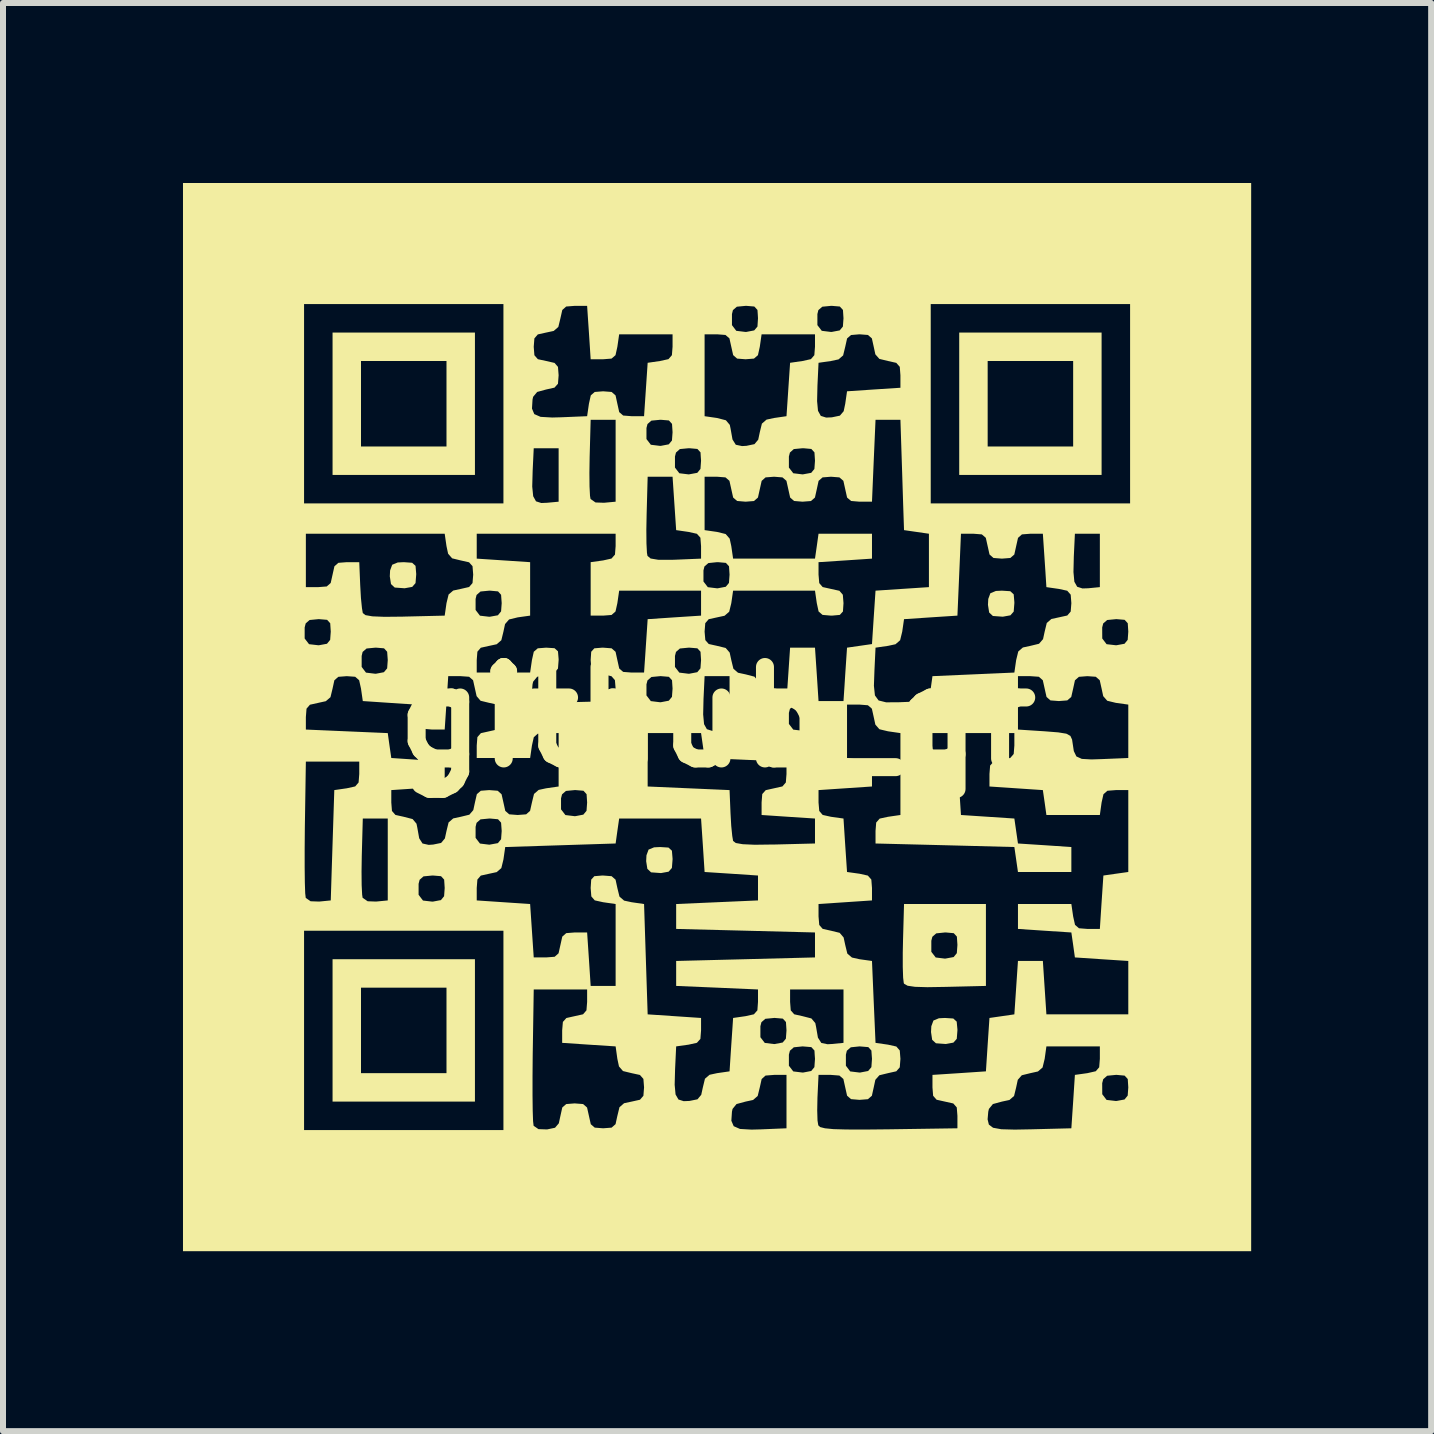
<source format=kicad_pcb>
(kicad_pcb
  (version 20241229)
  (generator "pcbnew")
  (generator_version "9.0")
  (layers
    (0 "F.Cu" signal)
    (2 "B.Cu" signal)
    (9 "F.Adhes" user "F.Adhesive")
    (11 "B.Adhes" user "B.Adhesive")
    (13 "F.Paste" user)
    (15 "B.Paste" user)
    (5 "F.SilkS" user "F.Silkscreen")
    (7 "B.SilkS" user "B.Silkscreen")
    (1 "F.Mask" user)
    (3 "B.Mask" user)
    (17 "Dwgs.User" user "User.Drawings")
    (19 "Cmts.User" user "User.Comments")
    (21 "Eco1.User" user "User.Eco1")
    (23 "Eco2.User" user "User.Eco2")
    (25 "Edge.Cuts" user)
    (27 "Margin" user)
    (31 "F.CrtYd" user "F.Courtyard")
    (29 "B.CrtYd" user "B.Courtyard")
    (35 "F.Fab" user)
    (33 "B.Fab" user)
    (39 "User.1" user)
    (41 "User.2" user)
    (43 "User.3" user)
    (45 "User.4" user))
  (footprint "github_qr"
    (layer "F.Cu")
    (at 8.902 8.902)
    (property "Reference" "github_qr" (at 0 0 0) (layer "F.SilkS") (effects (font (size 1.524 1.524) (thickness 0.3))))
    (attr board_only exclude_from_pos_files exclude_from_bom)
    (fp_poly (pts (xy -4.036 -4.036) (xy -6.409 -4.036) (xy -6.409 -4.51) (xy -5.935 -4.51) (xy -4.51 -4.51) (xy -4.51 -5.935) (xy -5.935 -5.935) (xy -5.935 -4.51) (xy -6.409 -4.51) (xy -6.409 -6.409) (xy -4.036 -6.409)) (stroke (width 0) (type solid)) (fill yes) (layer "F.SilkS"))
    (fp_poly (pts (xy -4.036 6.409) (xy -6.409 6.409) (xy -6.409 5.935) (xy -5.935 5.935) (xy -4.51 5.935) (xy -4.51 4.51) (xy -5.935 4.51) (xy -5.935 5.935) (xy -6.409 5.935) (xy -6.409 4.036) (xy -4.036 4.036)) (stroke (width 0) (type solid)) (fill yes) (layer "F.SilkS"))
    (fp_poly (pts (xy 6.409 -4.036) (xy 4.036 -4.036) (xy 4.036 -4.51) (xy 4.51 -4.51) (xy 5.935 -4.51) (xy 5.935 -5.935) (xy 4.51 -5.935) (xy 4.51 -4.51) (xy 4.036 -4.51) (xy 4.036 -6.409) (xy 6.409 -6.409)) (stroke (width 0) (type solid)) (fill yes) (layer "F.SilkS"))
    (fp_poly (pts (xy -5.083 -2.572) (xy -5.026 -2.521) (xy -5.015 -2.39) (xy -5.015 -2.374) (xy -5.026 -2.233) (xy -5.081 -2.17) (xy -5.208 -2.147) (xy -5.373 -2.159) (xy -5.435 -2.217) (xy -5.455 -2.346) (xy -5.45 -2.444) (xy -5.415 -2.539) (xy -5.323 -2.577) (xy -5.222 -2.582)) (stroke (width 0) (type solid)) (fill yes) (layer "F.SilkS"))
    (fp_poly (pts (xy -0.81 2.175) (xy -0.753 2.227) (xy -0.742 2.358) (xy -0.742 2.374) (xy -0.753 2.515) (xy -0.808 2.577) (xy -0.935 2.6) (xy -1.1 2.588) (xy -1.162 2.53) (xy -1.182 2.402) (xy -1.177 2.304) (xy -1.142 2.209) (xy -1.05 2.171) (xy -0.95 2.166)) (stroke (width 0) (type solid)) (fill yes) (layer "F.SilkS"))
    (fp_poly (pts (xy 3.937 5.024) (xy 3.994 5.076) (xy 4.006 5.207) (xy 4.006 5.222) (xy 3.995 5.363) (xy 3.939 5.426) (xy 3.813 5.449) (xy 3.648 5.437) (xy 3.585 5.379) (xy 3.566 5.25) (xy 3.571 5.153) (xy 3.606 5.058) (xy 3.697 5.02) (xy 3.798 5.015)) (stroke (width 0) (type solid)) (fill yes) (layer "F.SilkS"))
    (fp_poly (pts (xy 4.887 -2.098) (xy 4.944 -2.046) (xy 4.955 -1.915) (xy 4.955 -1.899) (xy 4.944 -1.758) (xy 4.889 -1.696) (xy 4.762 -1.673) (xy 4.597 -1.685) (xy 4.535 -1.743) (xy 4.515 -1.871) (xy 4.52 -1.969) (xy 4.555 -2.064) (xy 4.647 -2.102) (xy 4.748 -2.107)) (stroke (width 0) (type solid)) (fill yes) (layer "F.SilkS"))
    (fp_poly (pts (xy 4.481 4.481) (xy 3.812 4.497) (xy 3.505 4.502) (xy 3.299 4.496) (xy 3.176 4.478) (xy 3.119 4.446) (xy 3.112 4.434) (xy 3.101 4.344) (xy 3.095 4.164) (xy 3.095 3.924) (xy 3.099 3.735) (xy 3.099 3.728) (xy 3.571 3.728) (xy 3.571 3.912) (xy 3.644 4.007) (xy 3.799 4.026) (xy 3.813 4.024) (xy 3.943 4) (xy 3.996 3.935) (xy 4.006 3.798) (xy 3.997 3.659) (xy 3.945 3.602) (xy 3.814 3.59) (xy 3.798 3.59) (xy 3.653 3.605) (xy 3.588 3.662) (xy 3.571 3.728) (xy 3.099 3.728) (xy 3.116 3.116) (xy 4.481 3.116)) (stroke (width 0) (type solid)) (fill yes) (layer "F.SilkS"))
    (fp_poly (pts (xy 8.902 8.902) (xy -8.902 8.902) (xy -8.902 6.884) (xy -6.884 6.884) (xy -3.561 6.884) (xy -3.561 6.303) (xy -3.076 6.303) (xy -3.073 6.559) (xy -3.067 6.735) (xy -3.058 6.812) (xy -2.977 6.868) (xy -2.834 6.873) (xy -2.701 6.845) (xy -2.638 6.771) (xy -2.611 6.647) (xy -2.58 6.507) (xy -2.514 6.45) (xy -2.374 6.439) (xy -2.233 6.45) (xy -2.167 6.508) (xy -2.136 6.647) (xy -2.105 6.786) (xy -2.039 6.843) (xy -1.899 6.854) (xy -1.758 6.843) (xy -1.692 6.785) (xy -1.68 6.728) (xy 0.238 6.728) (xy 0.277 6.819) (xy 0.382 6.865) (xy 0.574 6.876) (xy 0.726 6.872) (xy 1.157 6.854) (xy 1.157 6.555) (xy 1.669 6.555) (xy 1.674 6.724) (xy 1.687 6.805) (xy 1.719 6.834) (xy 1.798 6.854) (xy 1.939 6.868) (xy 2.155 6.874) (xy 2.463 6.875) (xy 2.862 6.871) (xy 4.006 6.854) (xy 4.006 6.705) (xy 4.509 6.705) (xy 4.53 6.792) (xy 4.6 6.845) (xy 4.738 6.87) (xy 4.961 6.876) (xy 5.236 6.871) (xy 5.905 6.854) (xy 5.935 6.409) (xy 5.955 6.102) (xy 6.419 6.102) (xy 6.42 6.286) (xy 6.492 6.381) (xy 6.648 6.399) (xy 6.661 6.398) (xy 6.791 6.374) (xy 6.844 6.309) (xy 6.854 6.172) (xy 6.845 6.033) (xy 6.793 5.976) (xy 6.663 5.964) (xy 6.647 5.964) (xy 6.502 5.978) (xy 6.436 6.036) (xy 6.419 6.102) (xy 5.955 6.102) (xy 5.964 5.964) (xy 6.172 5.935) (xy 6.312 5.903) (xy 6.369 5.837) (xy 6.38 5.697) (xy 6.38 5.489) (xy 5.489 5.489) (xy 5.46 5.697) (xy 5.425 5.841) (xy 5.348 5.907) (xy 5.222 5.935) (xy 5.079 5.97) (xy 5.012 6.046) (xy 4.985 6.172) (xy 4.95 6.315) (xy 4.873 6.382) (xy 4.748 6.409) (xy 4.597 6.45) (xy 4.531 6.531) (xy 4.52 6.577) (xy 4.509 6.705) (xy 4.006 6.705) (xy 4.006 6.647) (xy 3.995 6.506) (xy 3.937 6.44) (xy 3.798 6.409) (xy 3.659 6.378) (xy 3.601 6.312) (xy 3.59 6.172) (xy 3.59 5.964) (xy 4.036 5.935) (xy 4.481 5.905) (xy 4.51 5.46) (xy 4.54 5.015) (xy 4.955 4.955) (xy 5.015 4.065) (xy 5.43 4.065) (xy 5.489 4.955) (xy 6.854 4.955) (xy 6.854 4.065) (xy 6.409 4.036) (xy 5.964 4.006) (xy 5.935 3.798) (xy 5.905 3.59) (xy 5.46 3.561) (xy 5.015 3.531) (xy 5.015 3.116) (xy 5.905 3.116) (xy 5.935 3.323) (xy 5.966 3.463) (xy 6.032 3.52) (xy 6.172 3.531) (xy 6.38 3.531) (xy 6.409 3.086) (xy 6.439 2.641) (xy 6.647 2.611) (xy 6.854 2.582) (xy 6.854 1.217) (xy 6.647 1.217) (xy 6.506 1.228) (xy 6.44 1.286) (xy 6.409 1.424) (xy 6.38 1.632) (xy 5.489 1.632) (xy 5.46 1.424) (xy 5.43 1.217) (xy 4.985 1.187) (xy 4.54 1.157) (xy 4.54 0.95) (xy 4.551 0.808) (xy 4.609 0.743) (xy 4.748 0.712) (xy 4.887 0.681) (xy 4.944 0.615) (xy 4.955 0.475) (xy 4.955 0.267) (xy 3.59 0.267) (xy 3.59 0.475) (xy 3.602 0.616) (xy 3.659 0.681) (xy 3.798 0.712) (xy 4.006 0.742) (xy 4.036 1.187) (xy 4.065 1.632) (xy 4.955 1.691) (xy 5.015 2.107) (xy 5.46 2.136) (xy 5.905 2.166) (xy 5.905 2.582) (xy 5.015 2.582) (xy 4.985 2.374) (xy 4.955 2.166) (xy 3.798 2.136) (xy 2.641 2.107) (xy 2.641 1.899) (xy 2.652 1.758) (xy 2.71 1.692) (xy 2.849 1.662) (xy 3.056 1.632) (xy 3.056 0.267) (xy 2.849 0.237) (xy 2.727 0.208) (xy 5.015 0.208) (xy 5.46 0.237) (xy 5.687 0.255) (xy 5.822 0.277) (xy 5.889 0.314) (xy 5.917 0.375) (xy 5.923 0.415) (xy 5.946 0.567) (xy 5.989 0.656) (xy 6.079 0.697) (xy 6.24 0.706) (xy 6.423 0.7) (xy 6.854 0.682) (xy 6.854 -0.208) (xy 6.647 -0.237) (xy 6.503 -0.272) (xy 6.436 -0.349) (xy 6.409 -0.475) (xy 6.378 -0.614) (xy 6.312 -0.672) (xy 6.172 -0.682) (xy 6.031 -0.671) (xy 5.965 -0.613) (xy 5.935 -0.475) (xy 5.903 -0.335) (xy 5.837 -0.278) (xy 5.697 -0.267) (xy 5.556 -0.278) (xy 5.491 -0.336) (xy 5.46 -0.475) (xy 5.429 -0.614) (xy 5.363 -0.672) (xy 5.222 -0.682) (xy 5.015 -0.682) (xy 5.015 0.208) (xy 2.727 0.208) (xy 2.705 0.202) (xy 2.638 0.125) (xy 2.611 0) (xy 2.58 -0.14) (xy 2.514 -0.197) (xy 2.374 -0.208) (xy 2.166 -0.208) (xy 2.166 0.682) (xy 2.374 0.712) (xy 2.513 0.743) (xy 2.571 0.809) (xy 2.582 0.95) (xy 2.582 1.157) (xy 2.136 1.187) (xy 1.691 1.217) (xy 1.691 1.424) (xy 1.703 1.565) (xy 1.76 1.631) (xy 1.899 1.662) (xy 2.107 1.691) (xy 2.136 2.136) (xy 2.166 2.582) (xy 2.374 2.611) (xy 2.513 2.642) (xy 2.571 2.708) (xy 2.582 2.849) (xy 2.582 3.056) (xy 2.136 3.086) (xy 1.691 3.116) (xy 1.691 3.323) (xy 1.703 3.465) (xy 1.76 3.53) (xy 1.899 3.561) (xy 2.043 3.596) (xy 2.109 3.673) (xy 2.136 3.798) (xy 2.171 3.942) (xy 2.248 4.008) (xy 2.374 4.036) (xy 2.582 4.065) (xy 2.611 4.748) (xy 2.641 5.43) (xy 2.849 5.46) (xy 2.988 5.491) (xy 3.045 5.557) (xy 3.056 5.697) (xy 3.045 5.838) (xy 2.987 5.904) (xy 2.849 5.935) (xy 2.705 5.97) (xy 2.638 6.046) (xy 2.611 6.172) (xy 2.58 6.312) (xy 2.514 6.369) (xy 2.374 6.38) (xy 2.233 6.368) (xy 2.167 6.311) (xy 2.136 6.172) (xy 2.105 6.032) (xy 2.039 5.975) (xy 1.899 5.964) (xy 1.691 5.964) (xy 1.673 6.344) (xy 1.669 6.555) (xy 1.157 6.555) (xy 1.157 5.964) (xy 0.95 5.964) (xy 0.808 5.975) (xy 0.743 6.033) (xy 0.712 6.172) (xy 0.677 6.315) (xy 0.6 6.382) (xy 0.475 6.409) (xy 0.324 6.45) (xy 0.258 6.531) (xy 0.248 6.577) (xy 0.238 6.728) (xy -1.68 6.728) (xy -1.662 6.647) (xy -1.627 6.503) (xy -1.55 6.436) (xy -1.424 6.409) (xy -1.285 6.378) (xy -1.228 6.312) (xy -1.217 6.172) (xy -1.228 6.031) (xy -1.286 5.965) (xy -1.424 5.935) (xy -1.568 5.9) (xy -1.635 5.823) (xy -1.662 5.697) (xy -1.691 5.489) (xy -2.136 5.46) (xy -2.582 5.43) (xy -2.582 5.222) (xy -2.57 5.081) (xy -2.512 5.016) (xy -2.374 4.985) (xy -2.234 4.954) (xy -2.177 4.888) (xy -2.166 4.748) (xy -2.166 4.54) (xy -3.056 4.54) (xy -3.073 5.636) (xy -3.076 5.989) (xy -3.076 6.303) (xy -3.561 6.303) (xy -3.561 3.561) (xy -6.884 3.561) (xy -6.884 6.884) (xy -8.902 6.884) (xy -8.902 2.505) (xy -6.874 2.505) (xy -6.871 2.761) (xy -6.865 2.937) (xy -6.856 3.014) (xy -6.775 3.07) (xy -6.632 3.075) (xy -6.439 3.056) (xy -6.424 2.576) (xy -5.926 2.576) (xy -5.924 2.802) (xy -5.916 2.959) (xy -5.908 3.012) (xy -5.824 3.07) (xy -5.683 3.075) (xy -5.489 3.056) (xy -5.489 2.779) (xy -4.975 2.779) (xy -4.975 2.962) (xy -4.902 3.058) (xy -4.747 3.076) (xy -4.733 3.075) (xy -4.633 3.056) (xy -4.006 3.056) (xy -3.116 3.116) (xy -3.086 3.561) (xy -3.056 4.006) (xy -2.849 4.006) (xy -2.707 3.995) (xy -2.642 3.937) (xy -2.611 3.798) (xy -2.58 3.659) (xy -2.514 3.601) (xy -2.374 3.59) (xy -2.166 3.59) (xy -2.136 4.036) (xy -2.107 4.481) (xy -1.691 4.481) (xy -1.691 3.116) (xy -1.899 3.086) (xy -2.039 3.055) (xy -2.096 2.989) (xy -2.107 2.849) (xy -2.098 2.709) (xy -2.046 2.652) (xy -1.915 2.641) (xy -1.899 2.641) (xy -1.758 2.652) (xy -1.692 2.71) (xy -1.662 2.849) (xy -1.627 2.992) (xy -1.55 3.059) (xy -1.424 3.086) (xy -1.217 3.116) (xy -1.187 4.036) (xy -1.157 4.955) (xy -0.712 4.985) (xy -0.267 5.015) (xy -0.267 5.222) (xy -0.278 5.364) (xy -0.336 5.429) (xy -0.475 5.46) (xy -0.682 5.489) (xy -0.7 5.869) (xy -0.707 6.128) (xy -0.692 6.29) (xy -0.644 6.374) (xy -0.556 6.402) (xy -0.46 6.398) (xy -0.327 6.371) (xy -0.264 6.296) (xy -0.237 6.172) (xy -0.202 6.028) (xy -0.125 5.962) (xy 0 5.935) (xy 0.208 5.905) (xy 0.226 5.627) (xy 1.197 5.627) (xy 1.197 5.811) (xy 1.27 5.906) (xy 1.425 5.925) (xy 1.439 5.924) (xy 1.569 5.899) (xy 1.622 5.835) (xy 1.632 5.697) (xy 1.627 5.627) (xy 2.147 5.627) (xy 2.147 5.811) (xy 2.219 5.906) (xy 2.375 5.925) (xy 2.388 5.924) (xy 2.518 5.899) (xy 2.572 5.835) (xy 2.582 5.697) (xy 2.572 5.558) (xy 2.521 5.501) (xy 2.39 5.49) (xy 2.374 5.489) (xy 2.229 5.504) (xy 2.163 5.561) (xy 2.147 5.627) (xy 1.627 5.627) (xy 1.623 5.558) (xy 1.571 5.501) (xy 1.44 5.49) (xy 1.424 5.489) (xy 1.279 5.504) (xy 1.214 5.561) (xy 1.197 5.627) (xy 0.226 5.627) (xy 0.237 5.46) (xy 0.258 5.153) (xy 0.722 5.153) (xy 0.722 5.336) (xy 0.795 5.431) (xy 0.95 5.45) (xy 0.964 5.449) (xy 1.094 5.424) (xy 1.147 5.36) (xy 1.157 5.222) (xy 1.148 5.083) (xy 1.096 5.026) (xy 0.965 5.015) (xy 0.95 5.015) (xy 0.804 5.029) (xy 0.739 5.086) (xy 0.722 5.153) (xy 0.258 5.153) (xy 0.267 5.015) (xy 0.475 4.985) (xy 0.614 4.954) (xy 0.672 4.888) (xy 0.682 4.748) (xy 1.217 4.748) (xy 1.228 4.889) (xy 1.286 4.954) (xy 1.424 4.985) (xy 1.572 5.023) (xy 1.637 5.1) (xy 1.65 5.163) (xy 1.681 5.343) (xy 1.737 5.431) (xy 1.84 5.453) (xy 1.913 5.449) (xy 2.107 5.43) (xy 2.107 4.54) (xy 1.217 4.54) (xy 1.217 4.748) (xy 0.682 4.748) (xy 0.682 4.54) (xy 0 4.51) (xy -0.682 4.481) (xy -0.682 4.065) (xy 1.632 4.006) (xy 1.632 3.59) (xy -0.682 3.531) (xy -0.682 3.116) (xy 0 3.086) (xy 0.682 3.056) (xy 0.682 2.641) (xy 0.237 2.611) (xy -0.208 2.582) (xy -0.237 2.136) (xy -0.267 1.691) (xy -1.632 1.691) (xy -1.662 1.899) (xy -1.691 2.107) (xy -3.531 2.166) (xy -3.561 2.374) (xy -3.596 2.517) (xy -3.673 2.584) (xy -3.798 2.611) (xy -3.938 2.642) (xy -3.995 2.708) (xy -4.006 2.849) (xy -4.006 3.056) (xy -4.633 3.056) (xy -4.603 3.051) (xy -4.55 2.986) (xy -4.54 2.849) (xy -4.549 2.709) (xy -4.601 2.652) (xy -4.732 2.641) (xy -4.748 2.641) (xy -4.893 2.655) (xy -4.958 2.712) (xy -4.975 2.779) (xy -5.489 2.779) (xy -5.489 1.691) (xy -5.905 1.691) (xy -5.922 2.31) (xy -5.926 2.576) (xy -6.424 2.576) (xy -6.38 1.217) (xy -6.172 1.187) (xy -6.032 1.156) (xy -5.975 1.09) (xy -5.964 0.95) (xy -5.964 0.742) (xy -6.854 0.742) (xy -6.871 1.838) (xy -6.874 2.191) (xy -6.874 2.505) (xy -8.902 2.505) (xy -8.902 0.208) (xy -6.854 0.208) (xy -5.489 0.267) (xy -5.46 0.475) (xy -5.43 0.682) (xy -4.985 0.712) (xy -4.54 0.742) (xy -4.54 1.157) (xy -4.985 1.187) (xy -5.43 1.217) (xy -5.43 1.424) (xy -5.419 1.565) (xy -5.361 1.631) (xy -5.222 1.662) (xy -5.075 1.7) (xy -5.01 1.777) (xy -4.997 1.84) (xy -4.965 2.02) (xy -4.91 2.107) (xy -4.807 2.13) (xy -4.733 2.125) (xy -4.6 2.098) (xy -4.537 2.023) (xy -4.51 1.899) (xy -4.493 1.829) (xy -4.025 1.829) (xy -4.025 2.013) (xy -3.952 2.108) (xy -3.797 2.127) (xy -3.784 2.125) (xy -3.653 2.101) (xy -3.6 2.036) (xy -3.59 1.899) (xy -3.6 1.76) (xy -3.651 1.703) (xy -3.782 1.691) (xy -3.798 1.691) (xy -3.943 1.705) (xy -4.009 1.763) (xy -4.025 1.829) (xy -4.493 1.829) (xy -4.475 1.756) (xy -4.398 1.689) (xy -4.273 1.662) (xy -4.129 1.627) (xy -4.063 1.55) (xy -4.036 1.424) (xy -4.004 1.285) (xy -3.938 1.228) (xy -3.798 1.217) (xy -3.657 1.228) (xy -3.592 1.286) (xy -3.561 1.424) (xy -3.53 1.564) (xy -3.464 1.621) (xy -3.323 1.632) (xy -3.182 1.621) (xy -3.117 1.563) (xy -3.086 1.424) (xy -3.069 1.354) (xy -2.601 1.354) (xy -2.601 1.538) (xy -2.528 1.633) (xy -2.373 1.652) (xy -2.359 1.651) (xy -2.229 1.626) (xy -2.176 1.562) (xy -2.166 1.424) (xy -2.175 1.285) (xy -2.227 1.228) (xy -2.358 1.217) (xy -2.374 1.217) (xy -2.519 1.231) (xy -2.584 1.288) (xy -2.601 1.354) (xy -3.069 1.354) (xy -3.051 1.281) (xy -2.974 1.214) (xy -2.849 1.187) (xy -2.641 1.157) (xy -1.157 1.157) (xy -0.475 1.187) (xy 0.208 1.217) (xy 0.224 1.602) (xy 0.236 1.814) (xy 0.253 1.982) (xy 0.267 2.064) (xy 0.312 2.099) (xy 0.427 2.119) (xy 0.628 2.128) (xy 0.93 2.124) (xy 0.963 2.124) (xy 1.632 2.107) (xy 1.632 1.691) (xy 1.187 1.662) (xy 0.742 1.632) (xy 0.742 1.424) (xy 0.753 1.283) (xy 0.811 1.218) (xy 0.95 1.187) (xy 1.089 1.156) (xy 1.146 1.09) (xy 1.157 0.95) (xy 1.157 0.742) (xy -0.208 0.682) (xy -0.237 0.475) (xy -0.267 0.267) (xy -1.157 0.267) (xy -1.157 1.157) (xy -2.641 1.157) (xy -2.641 0.267) (xy -2.849 0.267) (xy -2.99 0.278) (xy -3.055 0.336) (xy -3.086 0.475) (xy -3.116 0.682) (xy -4.006 0.682) (xy -4.006 0.475) (xy -3.995 0.334) (xy -3.937 0.268) (xy -3.798 0.237) (xy -3.659 0.206) (xy -3.601 0.14) (xy -3.59 0) (xy -3.594 -0.044) (xy -0.232 -0.044) (xy -0.217 0.118) (xy -0.17 0.202) (xy -0.082 0.23) (xy 0.014 0.226) (xy 0.208 0.208) (xy 0.208 -0.07) (xy 1.197 -0.07) (xy 1.197 0.114) (xy 1.27 0.209) (xy 1.425 0.228) (xy 1.439 0.226) (xy 1.569 0.202) (xy 1.622 0.137) (xy 1.632 0) (xy 1.623 -0.139) (xy 1.571 -0.196) (xy 1.44 -0.208) (xy 1.424 -0.208) (xy 1.279 -0.194) (xy 1.214 -0.136) (xy 1.197 -0.07) (xy 0.208 -0.07) (xy 0.208 -0.682) (xy -0.208 -0.682) (xy -0.226 -0.303) (xy -0.232 -0.044) (xy -3.594 -0.044) (xy -3.602 -0.141) (xy -3.659 -0.207) (xy -3.798 -0.237) (xy -3.942 -0.272) (xy -4.008 -0.349) (xy -4.036 -0.475) (xy -4.067 -0.614) (xy -4.133 -0.672) (xy -4.273 -0.682) (xy -4.481 -0.682) (xy -4.51 -0.237) (xy -4.54 0.208) (xy -4.748 0.208) (xy -4.889 0.196) (xy -4.954 0.139) (xy -4.985 0) (xy -5.015 -0.208) (xy -5.46 -0.237) (xy -5.905 -0.267) (xy -5.935 -0.475) (xy -5.966 -0.614) (xy -6.032 -0.672) (xy -6.172 -0.682) (xy -6.313 -0.671) (xy -6.379 -0.613) (xy -6.409 -0.475) (xy -6.444 -0.331) (xy -6.521 -0.265) (xy -6.647 -0.237) (xy -6.786 -0.206) (xy -6.843 -0.14) (xy -6.854 0) (xy -6.854 0.208) (xy -8.902 0.208) (xy -8.902 -1.019) (xy -5.924 -1.019) (xy -5.924 -0.836) (xy -5.852 -0.741) (xy -5.696 -0.722) (xy -5.683 -0.723) (xy -5.583 -0.742) (xy -4.006 -0.742) (xy -3.116 -0.742) (xy -3.086 -0.95) (xy -3.055 -1.089) (xy -2.989 -1.146) (xy -2.849 -1.157) (xy -2.709 -1.148) (xy -2.652 -1.096) (xy -2.641 -0.965) (xy -2.641 -0.95) (xy -2.652 -0.808) (xy -2.71 -0.743) (xy -2.849 -0.712) (xy -2.999 -0.671) (xy -3.066 -0.59) (xy -3.076 -0.545) (xy -3.087 -0.416) (xy -3.067 -0.329) (xy -2.996 -0.277) (xy -2.858 -0.251) (xy -2.635 -0.245) (xy -2.36 -0.25) (xy -1.691 -0.267) (xy -1.691 -0.475) (xy -1.697 -0.545) (xy -1.177 -0.545) (xy -1.177 -0.361) (xy -1.104 -0.266) (xy -0.949 -0.247) (xy -0.935 -0.248) (xy -0.805 -0.273) (xy -0.752 -0.337) (xy -0.742 -0.475) (xy -0.751 -0.614) (xy -0.803 -0.671) (xy -0.934 -0.682) (xy -0.95 -0.682) (xy -1.095 -0.668) (xy -1.16 -0.611) (xy -1.177 -0.545) (xy -1.697 -0.545) (xy -1.703 -0.616) (xy -1.76 -0.681) (xy -1.899 -0.712) (xy -2.039 -0.743) (xy -2.096 -0.809) (xy -2.107 -0.95) (xy -2.098 -1.089) (xy -2.046 -1.146) (xy -1.915 -1.157) (xy -1.899 -1.157) (xy -1.758 -1.146) (xy -1.692 -1.088) (xy -1.662 -0.95) (xy -1.631 -0.81) (xy -1.565 -0.753) (xy -1.424 -0.742) (xy -1.217 -0.742) (xy -1.198 -1.019) (xy -0.702 -1.019) (xy -0.702 -0.836) (xy -0.629 -0.741) (xy -0.474 -0.722) (xy -0.46 -0.723) (xy -0.33 -0.748) (xy -0.277 -0.812) (xy -0.267 -0.95) (xy -0.276 -1.089) (xy -0.328 -1.146) (xy -0.459 -1.157) (xy -0.475 -1.157) (xy -0.62 -1.143) (xy -0.685 -1.086) (xy -0.702 -1.019) (xy -1.198 -1.019) (xy -1.187 -1.187) (xy -1.171 -1.424) (xy -0.208 -1.424) (xy -0.196 -1.283) (xy -0.139 -1.218) (xy 0 -1.187) (xy 0.143 -1.152) (xy 0.21 -1.075) (xy 0.237 -0.95) (xy 0.272 -0.806) (xy 0.349 -0.739) (xy 0.475 -0.712) (xy 0.622 -0.674) (xy 0.687 -0.597) (xy 0.7 -0.534) (xy 0.732 -0.354) (xy 0.787 -0.266) (xy 0.891 -0.244) (xy 0.964 -0.248) (xy 1.157 -0.267) (xy 1.187 -0.712) (xy 1.217 -1.157) (xy 1.632 -1.157) (xy 1.662 -0.712) (xy 1.691 -0.267) (xy 2.107 -0.267) (xy 2.124 -0.521) (xy 2.614 -0.521) (xy 2.631 -0.361) (xy 2.692 -0.277) (xy 2.817 -0.246) (xy 3.027 -0.247) (xy 3.1 -0.25) (xy 3.531 -0.267) (xy 3.561 -0.475) (xy 3.59 -0.682) (xy 4.273 -0.712) (xy 4.955 -0.742) (xy 4.985 -0.95) (xy 5.02 -1.093) (xy 5.097 -1.16) (xy 5.222 -1.187) (xy 5.366 -1.222) (xy 5.433 -1.299) (xy 5.46 -1.424) (xy 5.477 -1.494) (xy 6.419 -1.494) (xy 6.42 -1.31) (xy 6.492 -1.215) (xy 6.648 -1.197) (xy 6.661 -1.198) (xy 6.791 -1.222) (xy 6.844 -1.287) (xy 6.854 -1.424) (xy 6.845 -1.564) (xy 6.793 -1.621) (xy 6.663 -1.632) (xy 6.647 -1.632) (xy 6.502 -1.618) (xy 6.436 -1.561) (xy 6.419 -1.494) (xy 5.477 -1.494) (xy 5.495 -1.568) (xy 5.572 -1.635) (xy 5.697 -1.662) (xy 5.837 -1.693) (xy 5.894 -1.759) (xy 5.905 -1.899) (xy 5.894 -2.04) (xy 5.836 -2.106) (xy 5.697 -2.136) (xy 5.489 -2.166) (xy 5.473 -2.418) (xy 5.94 -2.418) (xy 5.955 -2.256) (xy 6.002 -2.172) (xy 6.09 -2.144) (xy 6.186 -2.147) (xy 6.38 -2.166) (xy 6.38 -3.056) (xy 5.964 -3.056) (xy 5.946 -2.677) (xy 5.94 -2.418) (xy 5.473 -2.418) (xy 5.46 -2.611) (xy 5.43 -3.056) (xy 5.222 -3.056) (xy 5.081 -3.045) (xy 5.016 -2.987) (xy 4.985 -2.849) (xy 4.954 -2.709) (xy 4.888 -2.652) (xy 4.748 -2.641) (xy 4.607 -2.652) (xy 4.541 -2.71) (xy 4.51 -2.849) (xy 4.479 -2.988) (xy 4.413 -3.045) (xy 4.273 -3.056) (xy 4.065 -3.056) (xy 4.006 -1.691) (xy 3.561 -1.662) (xy 3.116 -1.632) (xy 3.086 -1.424) (xy 3.051 -1.281) (xy 2.974 -1.214) (xy 2.849 -1.187) (xy 2.641 -1.157) (xy 2.623 -0.778) (xy 2.614 -0.521) (xy 2.124 -0.521) (xy 2.136 -0.712) (xy 2.166 -1.157) (xy 2.374 -1.187) (xy 2.582 -1.217) (xy 2.611 -1.662) (xy 2.641 -2.107) (xy 3.531 -2.166) (xy 3.531 -3.056) (xy 3.116 -3.116) (xy 3.101 -3.561) (xy 3.561 -3.561) (xy 6.884 -3.561) (xy 6.884 -6.884) (xy 3.561 -6.884) (xy 3.561 -3.561) (xy 3.101 -3.561) (xy 3.086 -4.036) (xy 3.056 -4.955) (xy 2.641 -4.955) (xy 2.611 -4.273) (xy 2.582 -3.59) (xy 2.374 -3.59) (xy 2.233 -3.602) (xy 2.167 -3.659) (xy 2.136 -3.798) (xy 2.105 -3.938) (xy 2.039 -3.995) (xy 1.899 -4.006) (xy 1.758 -3.995) (xy 1.692 -3.937) (xy 1.662 -3.798) (xy 1.631 -3.659) (xy 1.565 -3.601) (xy 1.424 -3.59) (xy 1.283 -3.602) (xy 1.218 -3.659) (xy 1.187 -3.798) (xy 1.156 -3.938) (xy 1.09 -3.995) (xy 0.95 -4.006) (xy 0.808 -3.995) (xy 0.743 -3.937) (xy 0.712 -3.798) (xy 0.681 -3.659) (xy 0.615 -3.601) (xy 0.475 -3.59) (xy 0.334 -3.602) (xy 0.268 -3.659) (xy 0.237 -3.798) (xy 0.206 -3.938) (xy 0.14 -3.995) (xy 0 -4.006) (xy -0.208 -4.006) (xy -0.208 -3.116) (xy 0 -3.086) (xy 0.143 -3.051) (xy 0.21 -2.974) (xy 0.237 -2.849) (xy 0.267 -2.641) (xy 1.632 -2.641) (xy 1.662 -2.849) (xy 1.691 -3.056) (xy 2.582 -3.056) (xy 2.582 -2.641) (xy 2.136 -2.611) (xy 1.691 -2.582) (xy 1.691 -2.374) (xy 1.703 -2.233) (xy 1.76 -2.167) (xy 1.899 -2.136) (xy 2.039 -2.105) (xy 2.096 -2.039) (xy 2.107 -1.899) (xy 2.098 -1.76) (xy 2.046 -1.703) (xy 1.915 -1.691) (xy 1.899 -1.691) (xy 1.758 -1.703) (xy 1.692 -1.76) (xy 1.662 -1.899) (xy 1.632 -2.107) (xy 0.267 -2.107) (xy 0.237 -1.899) (xy 0.202 -1.756) (xy 0.125 -1.689) (xy 0 -1.662) (xy -0.14 -1.631) (xy -0.197 -1.565) (xy -0.208 -1.424) (xy -1.171 -1.424) (xy -1.157 -1.632) (xy -0.712 -1.662) (xy -0.267 -1.691) (xy -0.267 -2.107) (xy -1.632 -2.107) (xy -1.662 -1.899) (xy -1.693 -1.76) (xy -1.759 -1.702) (xy -1.899 -1.691) (xy -2.107 -1.691) (xy -2.107 -2.444) (xy -0.227 -2.444) (xy -0.227 -2.26) (xy -0.154 -2.165) (xy 0.001 -2.146) (xy 0.014 -2.147) (xy 0.145 -2.172) (xy 0.198 -2.236) (xy 0.208 -2.374) (xy 0.199 -2.513) (xy 0.147 -2.57) (xy 0.016 -2.582) (xy 0 -2.582) (xy -0.145 -2.567) (xy -0.211 -2.51) (xy -0.227 -2.444) (xy -2.107 -2.444) (xy -2.107 -2.582) (xy -1.899 -2.611) (xy -1.76 -2.642) (xy -1.702 -2.708) (xy -1.691 -2.849) (xy -1.691 -3.056) (xy -4.006 -3.056) (xy -4.006 -2.641) (xy -3.116 -2.582) (xy -3.116 -1.691) (xy -3.323 -1.662) (xy -3.467 -1.627) (xy -3.534 -1.55) (xy -3.561 -1.424) (xy -3.596 -1.281) (xy -3.673 -1.214) (xy -3.798 -1.187) (xy -3.938 -1.156) (xy -3.995 -1.09) (xy -4.006 -0.95) (xy -4.006 -0.742) (xy -5.583 -0.742) (xy -5.553 -0.748) (xy -5.499 -0.812) (xy -5.489 -0.95) (xy -5.499 -1.089) (xy -5.551 -1.146) (xy -5.681 -1.157) (xy -5.697 -1.157) (xy -5.842 -1.143) (xy -5.908 -1.086) (xy -5.924 -1.019) (xy -8.902 -1.019) (xy -8.902 -1.494) (xy -6.874 -1.494) (xy -6.874 -1.31) (xy -6.801 -1.215) (xy -6.646 -1.197) (xy -6.632 -1.198) (xy -6.502 -1.222) (xy -6.449 -1.287) (xy -6.439 -1.424) (xy -6.448 -1.564) (xy -6.5 -1.621) (xy -6.631 -1.632) (xy -6.647 -1.632) (xy -6.792 -1.618) (xy -6.857 -1.561) (xy -6.874 -1.494) (xy -8.902 -1.494) (xy -8.902 -2.166) (xy -6.854 -2.166) (xy -6.647 -2.166) (xy -6.506 -2.177) (xy -6.44 -2.235) (xy -6.409 -2.374) (xy -6.378 -2.513) (xy -6.312 -2.571) (xy -6.172 -2.582) (xy -5.964 -2.582) (xy -5.948 -2.196) (xy -5.936 -1.984) (xy -5.919 -1.816) (xy -5.905 -1.734) (xy -5.86 -1.699) (xy -5.745 -1.679) (xy -5.544 -1.671) (xy -5.242 -1.674) (xy -5.209 -1.675) (xy -4.54 -1.691) (xy -4.51 -1.899) (xy -4.493 -1.969) (xy -4.025 -1.969) (xy -4.025 -1.785) (xy -3.952 -1.69) (xy -3.797 -1.672) (xy -3.784 -1.673) (xy -3.653 -1.697) (xy -3.6 -1.762) (xy -3.59 -1.899) (xy -3.6 -2.038) (xy -3.651 -2.095) (xy -3.782 -2.107) (xy -3.798 -2.107) (xy -3.943 -2.093) (xy -4.009 -2.035) (xy -4.025 -1.969) (xy -4.493 -1.969) (xy -4.475 -2.043) (xy -4.398 -2.109) (xy -4.273 -2.136) (xy -4.133 -2.168) (xy -4.076 -2.234) (xy -4.065 -2.374) (xy -4.076 -2.515) (xy -4.134 -2.58) (xy -4.273 -2.611) (xy -4.416 -2.646) (xy -4.483 -2.723) (xy -4.51 -2.849) (xy -4.54 -3.056) (xy -6.854 -3.056) (xy -6.854 -2.166) (xy -8.902 -2.166) (xy -8.902 -3.121) (xy -1.179 -3.121) (xy -1.177 -2.896) (xy -1.169 -2.739) (xy -1.16 -2.687) (xy -1.108 -2.643) (xy -0.982 -2.622) (xy -0.763 -2.621) (xy -0.698 -2.623) (xy -0.267 -2.641) (xy -0.267 -2.849) (xy -0.278 -2.99) (xy -0.336 -3.055) (xy -0.475 -3.086) (xy -0.682 -3.116) (xy -0.742 -4.006) (xy -1.157 -4.006) (xy -1.174 -3.387) (xy -1.179 -3.121) (xy -8.902 -3.121) (xy -8.902 -3.561) (xy -6.884 -3.561) (xy -3.561 -3.561) (xy -3.561 -3.842) (xy -3.081 -3.842) (xy -3.065 -3.681) (xy -3.018 -3.596) (xy -2.93 -3.568) (xy -2.834 -3.572) (xy -2.641 -3.59) (xy -2.641 -4.07) (xy -2.128 -4.07) (xy -2.126 -3.845) (xy -2.118 -3.688) (xy -2.109 -3.635) (xy -2.026 -3.577) (xy -1.885 -3.572) (xy -1.691 -3.59) (xy -1.691 -4.343) (xy -0.702 -4.343) (xy -0.702 -4.159) (xy -0.629 -4.064) (xy -0.474 -4.045) (xy -0.46 -4.047) (xy -0.33 -4.071) (xy -0.277 -4.136) (xy -0.267 -4.273) (xy -0.272 -4.343) (xy 1.197 -4.343) (xy 1.197 -4.159) (xy 1.27 -4.064) (xy 1.425 -4.045) (xy 1.439 -4.047) (xy 1.569 -4.071) (xy 1.622 -4.136) (xy 1.632 -4.273) (xy 1.623 -4.412) (xy 1.571 -4.469) (xy 1.44 -4.481) (xy 1.424 -4.481) (xy 1.279 -4.467) (xy 1.214 -4.409) (xy 1.197 -4.343) (xy -0.272 -4.343) (xy -0.276 -4.412) (xy -0.328 -4.469) (xy -0.459 -4.481) (xy -0.475 -4.481) (xy -0.62 -4.467) (xy -0.685 -4.409) (xy -0.702 -4.343) (xy -1.691 -4.343) (xy -1.691 -4.818) (xy -1.177 -4.818) (xy -1.177 -4.634) (xy -1.104 -4.539) (xy -0.949 -4.52) (xy -0.935 -4.521) (xy -0.805 -4.546) (xy -0.752 -4.61) (xy -0.742 -4.748) (xy -0.751 -4.887) (xy -0.803 -4.944) (xy -0.934 -4.955) (xy -0.95 -4.955) (xy -1.095 -4.941) (xy -1.16 -4.884) (xy -1.177 -4.818) (xy -1.691 -4.818) (xy -1.691 -4.955) (xy -2.107 -4.955) (xy -2.124 -4.336) (xy -2.128 -4.07) (xy -2.641 -4.07) (xy -2.641 -4.481) (xy -3.056 -4.481) (xy -3.074 -4.101) (xy -3.081 -3.842) (xy -3.561 -3.842) (xy -3.561 -5.142) (xy -3.085 -5.142) (xy -3.047 -5.05) (xy -2.942 -5.004) (xy -2.75 -4.993) (xy -2.597 -4.997) (xy -2.166 -5.015) (xy -2.136 -5.222) (xy -2.105 -5.362) (xy -2.039 -5.419) (xy -1.899 -5.43) (xy -1.758 -5.419) (xy -1.692 -5.361) (xy -1.662 -5.222) (xy -1.631 -5.083) (xy -1.565 -5.026) (xy -1.424 -5.015) (xy -1.217 -5.015) (xy -0.208 -5.015) (xy 0 -4.985) (xy 0.147 -4.947) (xy 0.212 -4.87) (xy 0.225 -4.807) (xy 0.257 -4.627) (xy 0.312 -4.539) (xy 0.416 -4.517) (xy 0.489 -4.521) (xy 0.623 -4.549) (xy 0.686 -4.624) (xy 0.712 -4.748) (xy 0.747 -4.891) (xy 0.824 -4.958) (xy 0.95 -4.985) (xy 1.157 -5.015) (xy 1.174 -5.266) (xy 1.667 -5.266) (xy 1.682 -5.105) (xy 1.729 -5.02) (xy 1.818 -4.992) (xy 1.913 -4.996) (xy 2.047 -5.024) (xy 2.11 -5.098) (xy 2.136 -5.222) (xy 2.166 -5.43) (xy 2.611 -5.46) (xy 3.056 -5.489) (xy 3.056 -5.697) (xy 3.045 -5.838) (xy 2.987 -5.904) (xy 2.849 -5.935) (xy 2.705 -5.97) (xy 2.638 -6.046) (xy 2.611 -6.172) (xy 2.58 -6.312) (xy 2.514 -6.369) (xy 2.374 -6.38) (xy 2.233 -6.368) (xy 2.167 -6.311) (xy 2.136 -6.172) (xy 2.101 -6.028) (xy 2.025 -5.962) (xy 1.899 -5.935) (xy 1.691 -5.905) (xy 1.673 -5.525) (xy 1.667 -5.266) (xy 1.174 -5.266) (xy 1.187 -5.46) (xy 1.217 -5.905) (xy 1.424 -5.935) (xy 1.564 -5.966) (xy 1.621 -6.032) (xy 1.632 -6.172) (xy 1.632 -6.38) (xy 0.742 -6.38) (xy 0.712 -6.172) (xy 0.681 -6.032) (xy 0.615 -5.975) (xy 0.475 -5.964) (xy 0.334 -5.975) (xy 0.268 -6.033) (xy 0.237 -6.172) (xy 0.206 -6.312) (xy 0.14 -6.369) (xy 0 -6.38) (xy -0.208 -6.38) (xy -0.208 -5.015) (xy -1.217 -5.015) (xy -1.187 -5.46) (xy -1.157 -5.905) (xy -0.95 -5.935) (xy -0.81 -5.966) (xy -0.753 -6.032) (xy -0.742 -6.172) (xy -0.742 -6.38) (xy -1.632 -6.38) (xy -1.662 -6.172) (xy -1.693 -6.032) (xy -1.759 -5.975) (xy -1.899 -5.964) (xy -2.107 -5.964) (xy -2.136 -6.409) (xy -2.157 -6.717) (xy 0.248 -6.717) (xy 0.248 -6.533) (xy 0.32 -6.438) (xy 0.476 -6.419) (xy 0.489 -6.42) (xy 0.619 -6.445) (xy 0.673 -6.509) (xy 0.682 -6.647) (xy 0.678 -6.717) (xy 1.672 -6.717) (xy 1.672 -6.533) (xy 1.745 -6.438) (xy 1.9 -6.419) (xy 1.913 -6.42) (xy 2.044 -6.445) (xy 2.097 -6.509) (xy 2.107 -6.647) (xy 2.098 -6.786) (xy 2.046 -6.843) (xy 1.915 -6.854) (xy 1.899 -6.854) (xy 1.754 -6.84) (xy 1.688 -6.783) (xy 1.672 -6.717) (xy 0.678 -6.717) (xy 0.673 -6.786) (xy 0.621 -6.843) (xy 0.491 -6.854) (xy 0.475 -6.854) (xy 0.33 -6.84) (xy 0.264 -6.783) (xy 0.248 -6.717) (xy -2.157 -6.717) (xy -2.166 -6.854) (xy -2.374 -6.854) (xy -2.515 -6.843) (xy -2.58 -6.785) (xy -2.611 -6.647) (xy -2.646 -6.503) (xy -2.723 -6.436) (xy -2.849 -6.409) (xy -2.988 -6.378) (xy -3.045 -6.312) (xy -3.056 -6.172) (xy -3.045 -6.031) (xy -2.987 -5.965) (xy -2.849 -5.935) (xy -2.709 -5.903) (xy -2.652 -5.837) (xy -2.641 -5.697) (xy -2.652 -5.556) (xy -2.71 -5.491) (xy -2.849 -5.46) (xy -2.999 -5.419) (xy -3.066 -5.338) (xy -3.076 -5.292) (xy -3.085 -5.142) (xy -3.561 -5.142) (xy -3.561 -6.884) (xy -6.884 -6.884) (xy -6.884 -3.561) (xy -8.902 -3.561) (xy -8.902 -8.902) (xy 8.902 -8.902)) (stroke (width 0) (type solid)) (fill yes) (layer "F.SilkS")))
  (gr_rect
    (start -3 -3)
    (end 20.804 20.804)
    (stroke (width 0.1) (type default))
    (fill no)
    (layer "Edge.Cuts")))
</source>
